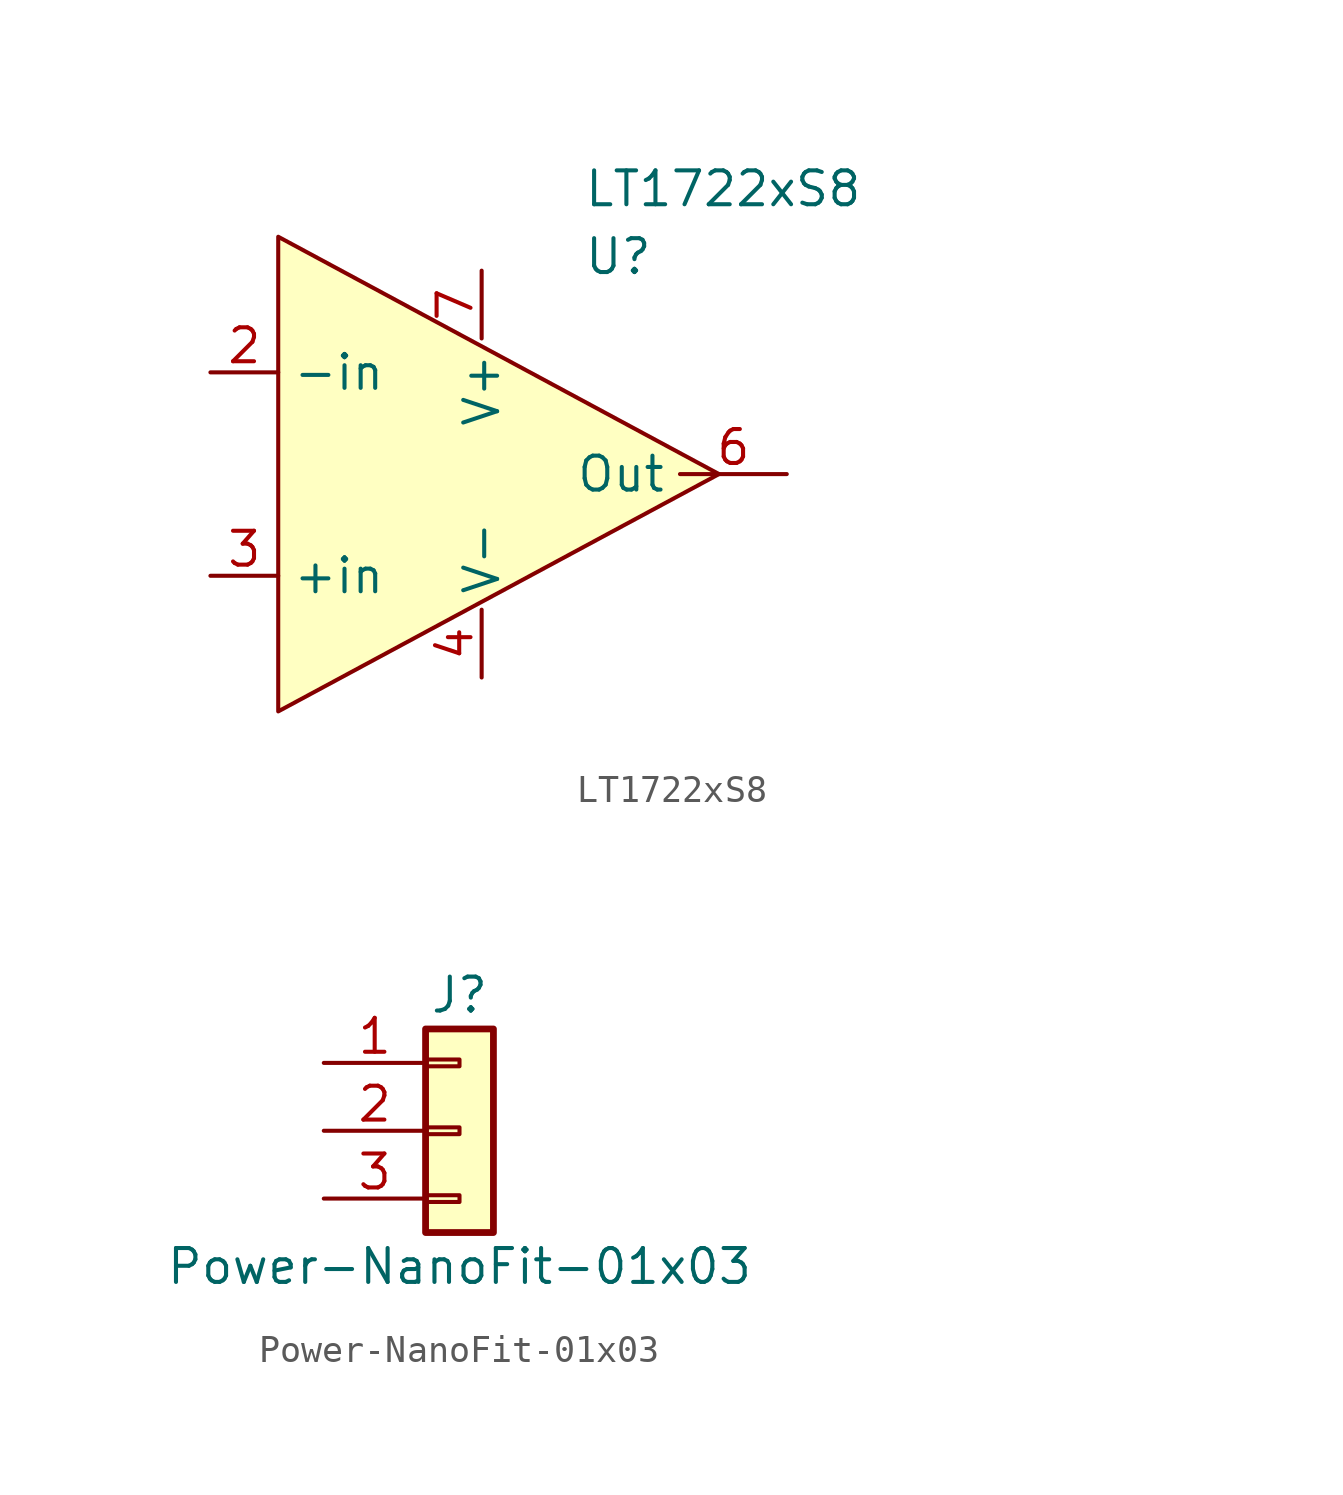
<source format=kicad_sym>
(kicad_symbol_lib
  (version 20211014)
  (generator kicad_symbol_editor)
  (symbol "LT1722xS8"
    (property "Reference" "U"
      (at 2.54 8.89 0)
      (effects (font (size 1.27 1.27)) (justify left top)))
    (property "Value" "LT1722xS8"
      (at 2.54 11.43 0)
      (effects (font (size 1.27 1.27)) (justify left top)))
    (symbol "LT1722xS8_0_0"
      (pin no_connect non_logic (at 15.24 8.89 270) (length 2.54) hide (name "NC" (effects (font (size 1.27 1.27)))) (number "1" (effects (font (size 1.27 1.27)))))
      (pin no_connect non_logic (at 22.86 8.89 270) (length 2.54) hide (name "NC" (effects (font (size 1.27 1.27)))) (number "5" (effects (font (size 1.27 1.27)))))
      (pin no_connect non_logic (at 17.78 8.89 270) (length 2.54) hide (name "NC" (effects (font (size 1.27 1.27)))) (number "8" (effects (font (size 1.27 1.27))))))
    (symbol "LT1722xS8_0_1"
      (polyline (pts (xy -8.89 8.89) (xy 7.62 0) (xy -8.89 -8.89) (xy -8.89 8.89)) (stroke (width 0) (type default) (color 0 0 0 0)) (fill (type background))))
    (symbol "LT1722xS8_1_1"
      (pin input line (at -11.43 3.81 0) (length 2.54) (name "-in" (effects (font (size 1.27 1.27)))) (number "2" (effects (font (size 1.27 1.27)))))
      (pin input line (at -11.43 -3.81 0) (length 2.54) (name "+in" (effects (font (size 1.27 1.27)))) (number "3" (effects (font (size 1.27 1.27)))))
      (pin power_in line (at -1.27 -7.62 90) (length 2.54) (name "V-" (effects (font (size 1.27 1.27)))) (number "4" (effects (font (size 1.27 1.27)))))
      (pin output line (at 10.16 0 180) (length 4) (name "Out" (effects (font (size 1.27 1.27)))) (number "6" (effects (font (size 1.27 1.27)))))
      (pin power_in line (at -1.27 7.62 270) (length 2.54) (name "V+" (effects (font (size 1.27 1.27)))) (number "7" (effects (font (size 1.27 1.27)))))))
  (symbol "Power-NanoFit-01x03"
    (pin_names
      (offset 1.016) hide)
    (property "Reference" "J"
      (at 0 5.08 0)
      (effects (font (size 1.27 1.27))))
    (property "Value" "Power-NanoFit-01x03"
      (at 0 -5.08 0)
      (effects (font (size 1.27 1.27))))
    (symbol "Power-NanoFit-01x03_1_1"
      (rectangle (start -1.27 -2.413) (end 0 -2.667) (stroke (width 0.152) (type default) (color 0 0 0 0)) (fill (type none)))
      (rectangle (start -1.27 0.127) (end 0 -0.127) (stroke (width 0.152) (type default) (color 0 0 0 0)) (fill (type none)))
      (rectangle (start -1.27 2.667) (end 0 2.413) (stroke (width 0.152) (type default) (color 0 0 0 0)) (fill (type none)))
      (rectangle (start -1.27 3.81) (end 1.27 -3.81) (stroke (width 0.254) (type default) (color 0 0 0 0)) (fill (type background)))
      (pin power_out line (at -5.08 2.54 0) (length 3.81) (name "Pin_1" (effects (font (size 1.27 1.27)))) (number "1" (effects (font (size 1.27 1.27)))))
      (pin power_out line (at -5.08 0 0) (length 3.81) (name "Pin_2" (effects (font (size 1.27 1.27)))) (number "2" (effects (font (size 1.27 1.27)))))
      (pin power_out line (at -5.08 -2.54 0) (length 3.81) (name "Pin_3" (effects (font (size 1.27 1.27)))) (number "3" (effects (font (size 1.27 1.27))))))))
</source>
